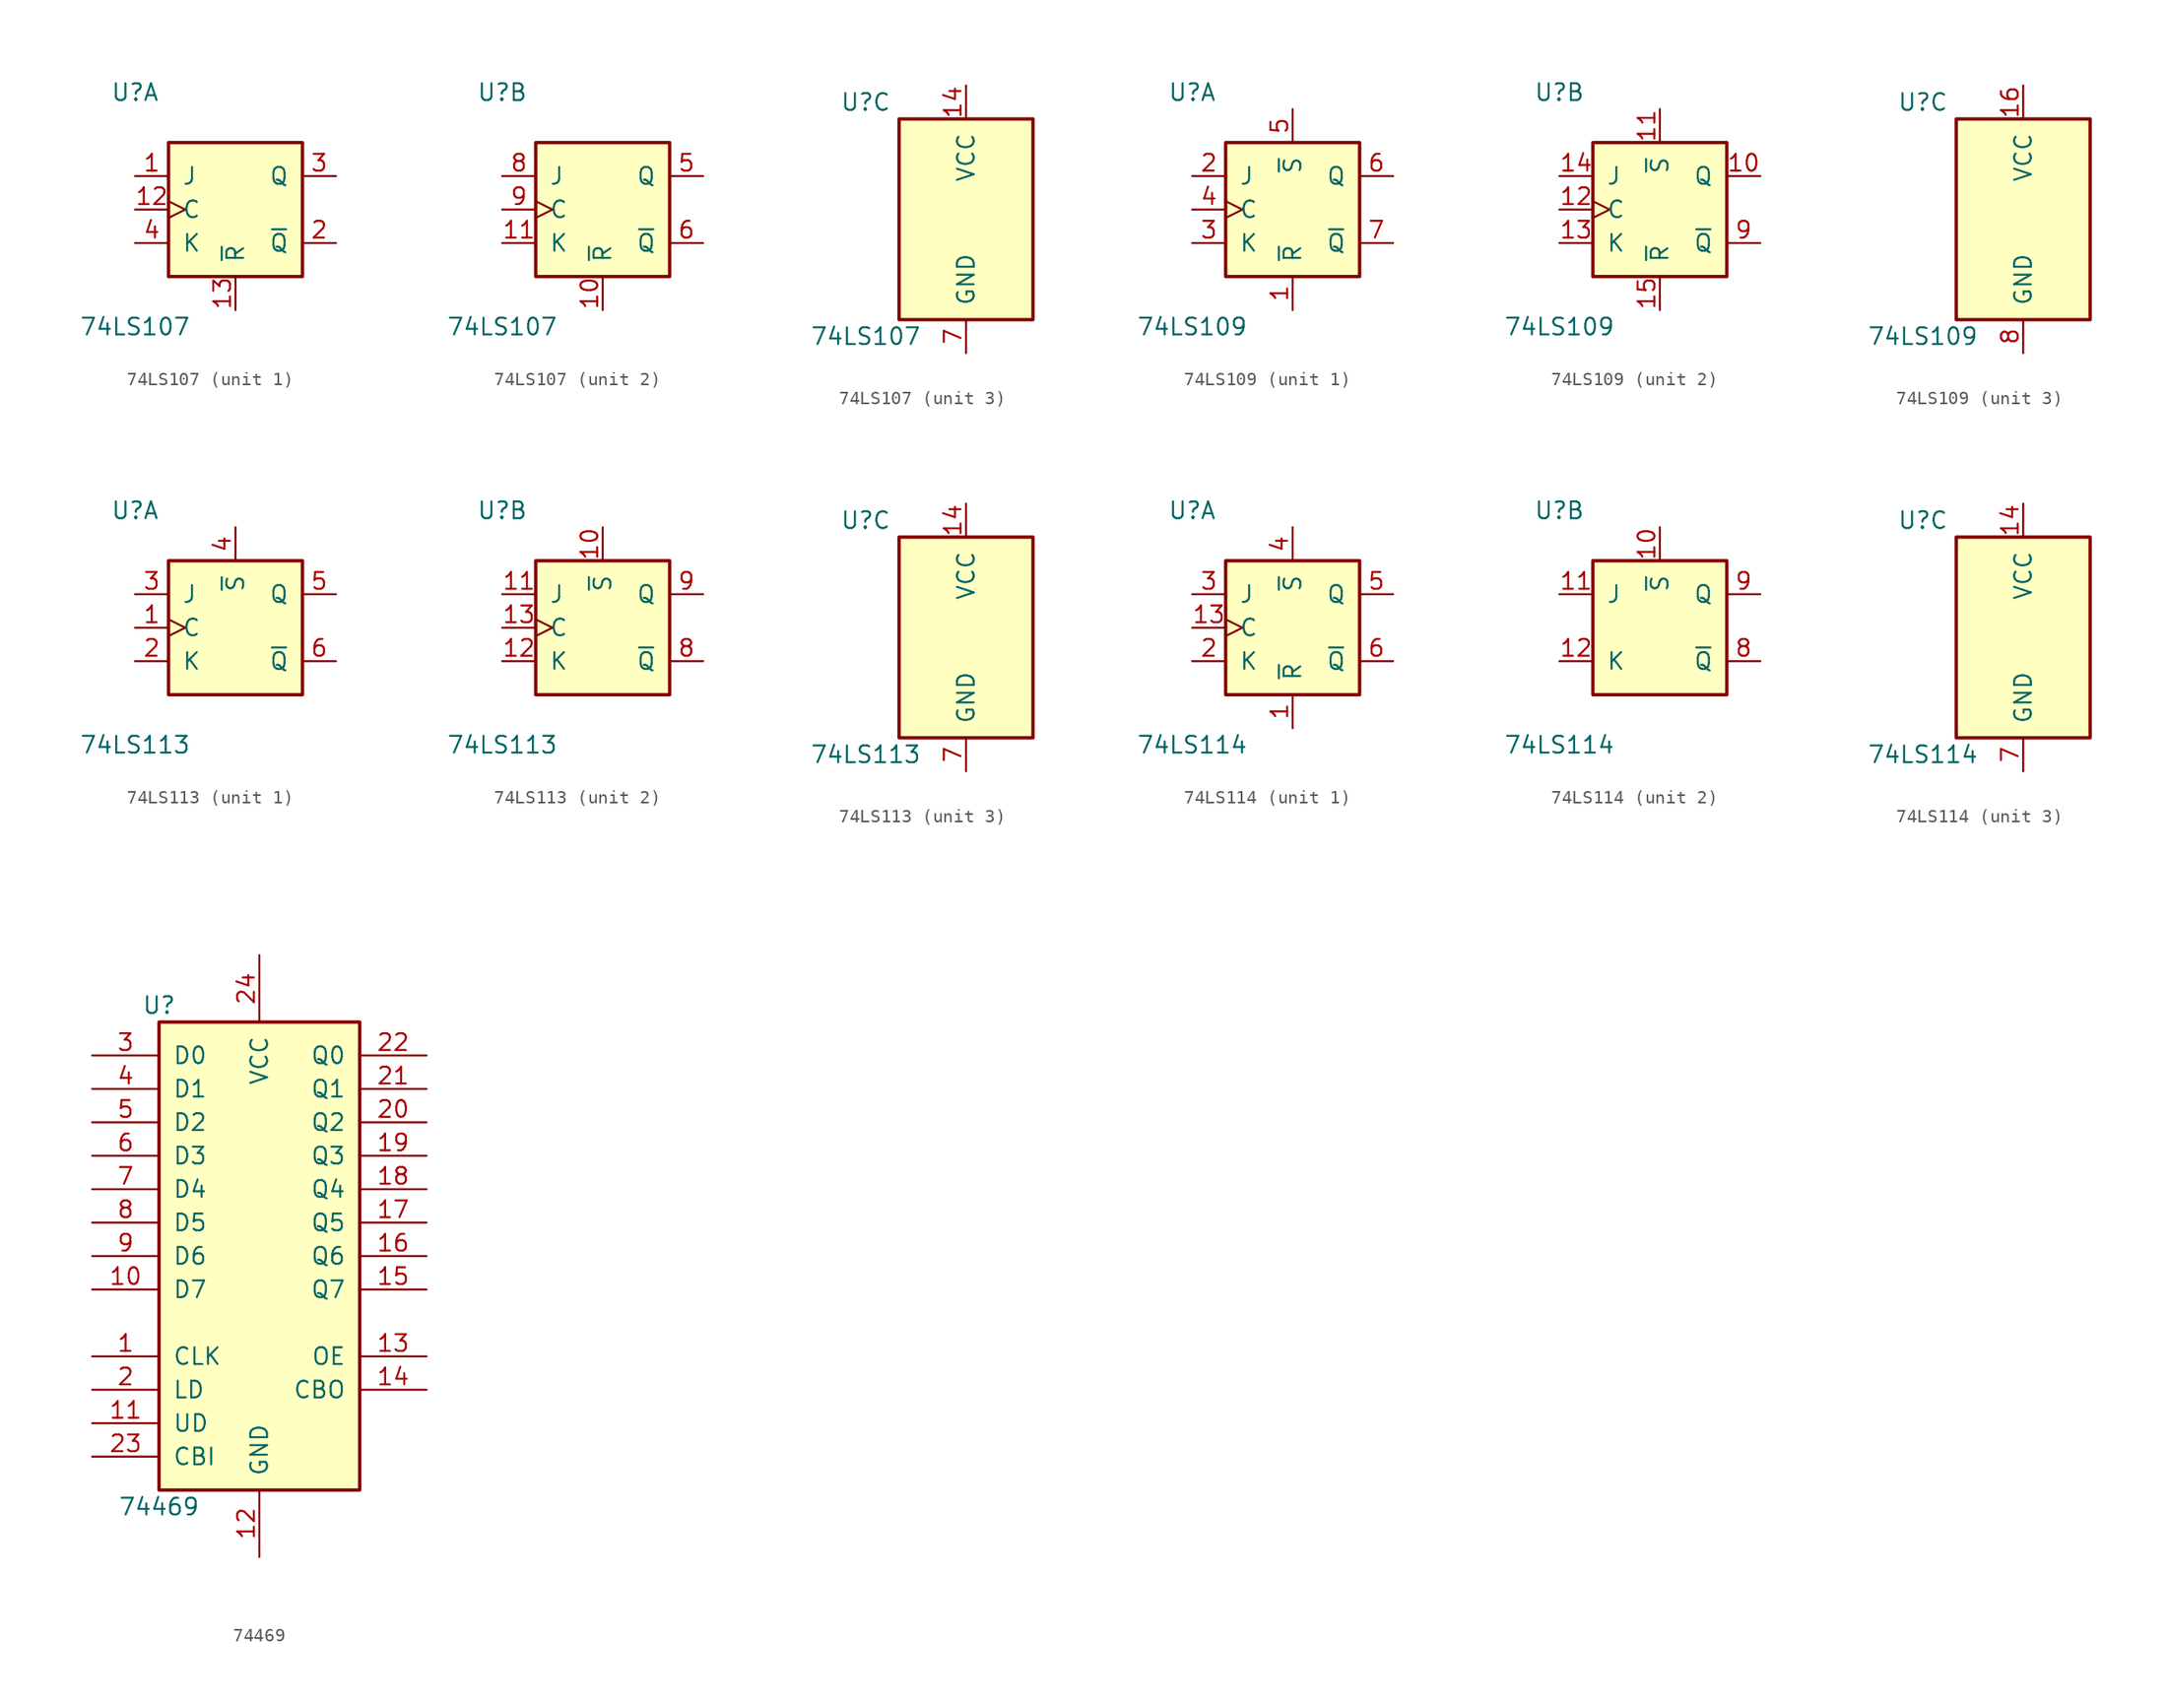
<source format=kicad_sym>
(kicad_symbol_lib
  (version 20201005)
  (generator kicad_symbol_editor)
  (symbol "74LS107"
    (pin_names
      (offset 1.016))
    (property "Reference" "U"
      (at -7.62 8.89 0)
      (effects (font (size 1.27 1.27))))
    (property "Value" "74LS107"
      (at -7.62 -8.89 0)
      (effects (font (size 1.27 1.27))))
    (property "ki_locked" ""
      (at 0 0 0)
      (effects (font (size 1.27 1.27))))
    (symbol "74LS107_1_0"
      (pin input line (at -7.62 2.54 0) (length 2.54) (name "J" (effects (font (size 1.27 1.27)))) (number "1" (effects (font (size 1.27 1.27)))))
      (pin input clock (at -7.62 0 0) (length 2.54) (name "C" (effects (font (size 1.27 1.27)))) (number "12" (effects (font (size 1.27 1.27)))))
      (pin input line (at 0 -7.62 90) (length 2.54) (name "~R" (effects (font (size 1.27 1.27)))) (number "13" (effects (font (size 1.27 1.27)))))
      (pin output line (at 7.62 -2.54 180) (length 2.54) (name "~Q" (effects (font (size 1.27 1.27)))) (number "2" (effects (font (size 1.27 1.27)))))
      (pin output line (at 7.62 2.54 180) (length 2.54) (name "Q" (effects (font (size 1.27 1.27)))) (number "3" (effects (font (size 1.27 1.27)))))
      (pin input line (at -7.62 -2.54 0) (length 2.54) (name "K" (effects (font (size 1.27 1.27)))) (number "4" (effects (font (size 1.27 1.27))))))
    (symbol "74LS107_1_1"
      (rectangle (start -5.08 5.08) (end 5.08 -5.08) (stroke (width 0.254)) (fill (type background))))
    (symbol "74LS107_2_0"
      (pin input line (at 0 -7.62 90) (length 2.54) (name "~R" (effects (font (size 1.27 1.27)))) (number "10" (effects (font (size 1.27 1.27)))))
      (pin input line (at -7.62 -2.54 0) (length 2.54) (name "K" (effects (font (size 1.27 1.27)))) (number "11" (effects (font (size 1.27 1.27)))))
      (pin output line (at 7.62 2.54 180) (length 2.54) (name "Q" (effects (font (size 1.27 1.27)))) (number "5" (effects (font (size 1.27 1.27)))))
      (pin output line (at 7.62 -2.54 180) (length 2.54) (name "~Q" (effects (font (size 1.27 1.27)))) (number "6" (effects (font (size 1.27 1.27)))))
      (pin input line (at -7.62 2.54 0) (length 2.54) (name "J" (effects (font (size 1.27 1.27)))) (number "8" (effects (font (size 1.27 1.27)))))
      (pin input clock (at -7.62 0 0) (length 2.54) (name "C" (effects (font (size 1.27 1.27)))) (number "9" (effects (font (size 1.27 1.27))))))
    (symbol "74LS107_2_1"
      (rectangle (start -5.08 5.08) (end 5.08 -5.08) (stroke (width 0.254)) (fill (type background))))
    (symbol "74LS107_3_0"
      (pin power_in line (at 0 10.16 270) (length 2.54) (name "VCC" (effects (font (size 1.27 1.27)))) (number "14" (effects (font (size 1.27 1.27)))))
      (pin power_in line (at 0 -10.16 90) (length 2.54) (name "GND" (effects (font (size 1.27 1.27)))) (number "7" (effects (font (size 1.27 1.27))))))
    (symbol "74LS107_3_1"
      (rectangle (start -5.08 7.62) (end 5.08 -7.62) (stroke (width 0.254)) (fill (type background)))))
  (symbol "74LS109"
    (pin_names
      (offset 1.016))
    (property "Reference" "U"
      (at -7.62 8.89 0)
      (effects (font (size 1.27 1.27))))
    (property "Value" "74LS109"
      (at -7.62 -8.89 0)
      (effects (font (size 1.27 1.27))))
    (property "ki_locked" ""
      (at 0 0 0)
      (effects (font (size 1.27 1.27))))
    (symbol "74LS109_1_0"
      (pin input line (at 0 -7.62 90) (length 2.54) (name "~R" (effects (font (size 1.27 1.27)))) (number "1" (effects (font (size 1.27 1.27)))))
      (pin input line (at -7.62 2.54 0) (length 2.54) (name "J" (effects (font (size 1.27 1.27)))) (number "2" (effects (font (size 1.27 1.27)))))
      (pin input line (at -7.62 -2.54 0) (length 2.54) (name "K" (effects (font (size 1.27 1.27)))) (number "3" (effects (font (size 1.27 1.27)))))
      (pin input clock (at -7.62 0 0) (length 2.54) (name "C" (effects (font (size 1.27 1.27)))) (number "4" (effects (font (size 1.27 1.27)))))
      (pin input line (at 0 7.62 270) (length 2.54) (name "~S" (effects (font (size 1.27 1.27)))) (number "5" (effects (font (size 1.27 1.27)))))
      (pin output line (at 7.62 2.54 180) (length 2.54) (name "Q" (effects (font (size 1.27 1.27)))) (number "6" (effects (font (size 1.27 1.27)))))
      (pin output line (at 7.62 -2.54 180) (length 2.54) (name "~Q" (effects (font (size 1.27 1.27)))) (number "7" (effects (font (size 1.27 1.27))))))
    (symbol "74LS109_1_1"
      (rectangle (start -5.08 5.08) (end 5.08 -5.08) (stroke (width 0.254)) (fill (type background))))
    (symbol "74LS109_2_0"
      (pin output line (at 7.62 2.54 180) (length 2.54) (name "Q" (effects (font (size 1.27 1.27)))) (number "10" (effects (font (size 1.27 1.27)))))
      (pin input line (at 0 7.62 270) (length 2.54) (name "~S" (effects (font (size 1.27 1.27)))) (number "11" (effects (font (size 1.27 1.27)))))
      (pin input clock (at -7.62 0 0) (length 2.54) (name "C" (effects (font (size 1.27 1.27)))) (number "12" (effects (font (size 1.27 1.27)))))
      (pin input line (at -7.62 -2.54 0) (length 2.54) (name "K" (effects (font (size 1.27 1.27)))) (number "13" (effects (font (size 1.27 1.27)))))
      (pin input line (at -7.62 2.54 0) (length 2.54) (name "J" (effects (font (size 1.27 1.27)))) (number "14" (effects (font (size 1.27 1.27)))))
      (pin input line (at 0 -7.62 90) (length 2.54) (name "~R" (effects (font (size 1.27 1.27)))) (number "15" (effects (font (size 1.27 1.27)))))
      (pin output line (at 7.62 -2.54 180) (length 2.54) (name "~Q" (effects (font (size 1.27 1.27)))) (number "9" (effects (font (size 1.27 1.27))))))
    (symbol "74LS109_2_1"
      (rectangle (start -5.08 5.08) (end 5.08 -5.08) (stroke (width 0.254)) (fill (type background))))
    (symbol "74LS109_3_0"
      (pin power_in line (at 0 10.16 270) (length 2.54) (name "VCC" (effects (font (size 1.27 1.27)))) (number "16" (effects (font (size 1.27 1.27)))))
      (pin power_in line (at 0 -10.16 90) (length 2.54) (name "GND" (effects (font (size 1.27 1.27)))) (number "8" (effects (font (size 1.27 1.27))))))
    (symbol "74LS109_3_1"
      (rectangle (start -5.08 7.62) (end 5.08 -7.62) (stroke (width 0.254)) (fill (type background)))))
  (symbol "74LS113"
    (pin_names
      (offset 1.016))
    (property "Reference" "U"
      (at -7.62 8.89 0)
      (effects (font (size 1.27 1.27))))
    (property "Value" "74LS113"
      (at -7.62 -8.89 0)
      (effects (font (size 1.27 1.27))))
    (property "ki_locked" ""
      (at 0 0 0)
      (effects (font (size 1.27 1.27))))
    (symbol "74LS113_1_0"
      (pin input clock (at -7.62 0 0) (length 2.54) (name "C" (effects (font (size 1.27 1.27)))) (number "1" (effects (font (size 1.27 1.27)))))
      (pin input line (at -7.62 -2.54 0) (length 2.54) (name "K" (effects (font (size 1.27 1.27)))) (number "2" (effects (font (size 1.27 1.27)))))
      (pin input line (at -7.62 2.54 0) (length 2.54) (name "J" (effects (font (size 1.27 1.27)))) (number "3" (effects (font (size 1.27 1.27)))))
      (pin input line (at 0 7.62 270) (length 2.54) (name "~S" (effects (font (size 1.27 1.27)))) (number "4" (effects (font (size 1.27 1.27)))))
      (pin output line (at 7.62 2.54 180) (length 2.54) (name "Q" (effects (font (size 1.27 1.27)))) (number "5" (effects (font (size 1.27 1.27)))))
      (pin output line (at 7.62 -2.54 180) (length 2.54) (name "~Q" (effects (font (size 1.27 1.27)))) (number "6" (effects (font (size 1.27 1.27))))))
    (symbol "74LS113_1_1"
      (rectangle (start -5.08 5.08) (end 5.08 -5.08) (stroke (width 0.254)) (fill (type background))))
    (symbol "74LS113_2_0"
      (pin input line (at 0 7.62 270) (length 2.54) (name "~S" (effects (font (size 1.27 1.27)))) (number "10" (effects (font (size 1.27 1.27)))))
      (pin input line (at -7.62 2.54 0) (length 2.54) (name "J" (effects (font (size 1.27 1.27)))) (number "11" (effects (font (size 1.27 1.27)))))
      (pin input line (at -7.62 -2.54 0) (length 2.54) (name "K" (effects (font (size 1.27 1.27)))) (number "12" (effects (font (size 1.27 1.27)))))
      (pin input clock (at -7.62 0 0) (length 2.54) (name "C" (effects (font (size 1.27 1.27)))) (number "13" (effects (font (size 1.27 1.27)))))
      (pin output line (at 7.62 -2.54 180) (length 2.54) (name "~Q" (effects (font (size 1.27 1.27)))) (number "8" (effects (font (size 1.27 1.27)))))
      (pin output line (at 7.62 2.54 180) (length 2.54) (name "Q" (effects (font (size 1.27 1.27)))) (number "9" (effects (font (size 1.27 1.27))))))
    (symbol "74LS113_2_1"
      (rectangle (start -5.08 5.08) (end 5.08 -5.08) (stroke (width 0.254)) (fill (type background))))
    (symbol "74LS113_3_0"
      (pin power_in line (at 0 10.16 270) (length 2.54) (name "VCC" (effects (font (size 1.27 1.27)))) (number "14" (effects (font (size 1.27 1.27)))))
      (pin power_in line (at 0 -10.16 90) (length 2.54) (name "GND" (effects (font (size 1.27 1.27)))) (number "7" (effects (font (size 1.27 1.27))))))
    (symbol "74LS113_3_1"
      (rectangle (start -5.08 7.62) (end 5.08 -7.62) (stroke (width 0.254)) (fill (type background)))))
  (symbol "74LS114"
    (pin_names
      (offset 1.016))
    (property "Reference" "U"
      (at -7.62 8.89 0)
      (effects (font (size 1.27 1.27))))
    (property "Value" "74LS114"
      (at -7.62 -8.89 0)
      (effects (font (size 1.27 1.27))))
    (property "ki_locked" ""
      (at 0 0 0)
      (effects (font (size 1.27 1.27))))
    (symbol "74LS114_1_0"
      (pin input line (at 0 -7.62 90) (length 2.54) (name "~R" (effects (font (size 1.27 1.27)))) (number "1" (effects (font (size 1.27 1.27)))))
      (pin input clock (at -7.62 0 0) (length 2.54) (name "C" (effects (font (size 1.27 1.27)))) (number "13" (effects (font (size 1.27 1.27)))))
      (pin input line (at -7.62 -2.54 0) (length 2.54) (name "K" (effects (font (size 1.27 1.27)))) (number "2" (effects (font (size 1.27 1.27)))))
      (pin input line (at -7.62 2.54 0) (length 2.54) (name "J" (effects (font (size 1.27 1.27)))) (number "3" (effects (font (size 1.27 1.27)))))
      (pin input line (at 0 7.62 270) (length 2.54) (name "~S" (effects (font (size 1.27 1.27)))) (number "4" (effects (font (size 1.27 1.27)))))
      (pin output line (at 7.62 2.54 180) (length 2.54) (name "Q" (effects (font (size 1.27 1.27)))) (number "5" (effects (font (size 1.27 1.27)))))
      (pin output line (at 7.62 -2.54 180) (length 2.54) (name "~Q" (effects (font (size 1.27 1.27)))) (number "6" (effects (font (size 1.27 1.27))))))
    (symbol "74LS114_1_1"
      (rectangle (start -5.08 5.08) (end 5.08 -5.08) (stroke (width 0.254)) (fill (type background))))
    (symbol "74LS114_2_0"
      (pin input line (at 0 7.62 270) (length 2.54) (name "~S" (effects (font (size 1.27 1.27)))) (number "10" (effects (font (size 1.27 1.27)))))
      (pin input line (at -7.62 2.54 0) (length 2.54) (name "J" (effects (font (size 1.27 1.27)))) (number "11" (effects (font (size 1.27 1.27)))))
      (pin input line (at -7.62 -2.54 0) (length 2.54) (name "K" (effects (font (size 1.27 1.27)))) (number "12" (effects (font (size 1.27 1.27)))))
      (pin output line (at 7.62 -2.54 180) (length 2.54) (name "~Q" (effects (font (size 1.27 1.27)))) (number "8" (effects (font (size 1.27 1.27)))))
      (pin output line (at 7.62 2.54 180) (length 2.54) (name "Q" (effects (font (size 1.27 1.27)))) (number "9" (effects (font (size 1.27 1.27))))))
    (symbol "74LS114_2_1"
      (rectangle (start -5.08 5.08) (end 5.08 -5.08) (stroke (width 0.254)) (fill (type background))))
    (symbol "74LS114_3_0"
      (pin power_in line (at 0 10.16 270) (length 2.54) (name "VCC" (effects (font (size 1.27 1.27)))) (number "14" (effects (font (size 1.27 1.27)))))
      (pin power_in line (at 0 -10.16 90) (length 2.54) (name "GND" (effects (font (size 1.27 1.27)))) (number "7" (effects (font (size 1.27 1.27))))))
    (symbol "74LS114_3_1"
      (rectangle (start -5.08 7.62) (end 5.08 -7.62) (stroke (width 0.254)) (fill (type background)))))
  (symbol "74469"
    (pin_names
      (offset 1.016))
    (property "Reference" "U"
      (at -7.62 19.05 0)
      (effects (font (size 1.27 1.27))))
    (property "Value" "74469"
      (at -7.62 -19.05 0)
      (effects (font (size 1.27 1.27))))
    (property "ki_locked" ""
      (at 0 0 0)
      (effects (font (size 1.27 1.27))))
    (symbol "74469_1_0"
      (pin input line (at -12.7 -7.62 0) (length 5.08) (name "CLK" (effects (font (size 1.27 1.27)))) (number "1" (effects (font (size 1.27 1.27)))))
      (pin input line (at -12.7 -2.54 0) (length 5.08) (name "D7" (effects (font (size 1.27 1.27)))) (number "10" (effects (font (size 1.27 1.27)))))
      (pin input line (at -12.7 -12.7 0) (length 5.08) (name "UD" (effects (font (size 1.27 1.27)))) (number "11" (effects (font (size 1.27 1.27)))))
      (pin power_in line (at 0 -22.86 90) (length 5.08) (name "GND" (effects (font (size 1.27 1.27)))) (number "12" (effects (font (size 1.27 1.27)))))
      (pin input line (at 12.7 -7.62 180) (length 5.08) (name "OE" (effects (font (size 1.27 1.27)))) (number "13" (effects (font (size 1.27 1.27)))))
      (pin output line (at 12.7 -10.16 180) (length 5.08) (name "CBO" (effects (font (size 1.27 1.27)))) (number "14" (effects (font (size 1.27 1.27)))))
      (pin tri_state line (at 12.7 -2.54 180) (length 5.08) (name "Q7" (effects (font (size 1.27 1.27)))) (number "15" (effects (font (size 1.27 1.27)))))
      (pin tri_state line (at 12.7 0 180) (length 5.08) (name "Q6" (effects (font (size 1.27 1.27)))) (number "16" (effects (font (size 1.27 1.27)))))
      (pin tri_state line (at 12.7 2.54 180) (length 5.08) (name "Q5" (effects (font (size 1.27 1.27)))) (number "17" (effects (font (size 1.27 1.27)))))
      (pin tri_state line (at 12.7 5.08 180) (length 5.08) (name "Q4" (effects (font (size 1.27 1.27)))) (number "18" (effects (font (size 1.27 1.27)))))
      (pin tri_state line (at 12.7 7.62 180) (length 5.08) (name "Q3" (effects (font (size 1.27 1.27)))) (number "19" (effects (font (size 1.27 1.27)))))
      (pin input line (at -12.7 -10.16 0) (length 5.08) (name "LD" (effects (font (size 1.27 1.27)))) (number "2" (effects (font (size 1.27 1.27)))))
      (pin tri_state line (at 12.7 10.16 180) (length 5.08) (name "Q2" (effects (font (size 1.27 1.27)))) (number "20" (effects (font (size 1.27 1.27)))))
      (pin tri_state line (at 12.7 12.7 180) (length 5.08) (name "Q1" (effects (font (size 1.27 1.27)))) (number "21" (effects (font (size 1.27 1.27)))))
      (pin tri_state line (at 12.7 15.24 180) (length 5.08) (name "Q0" (effects (font (size 1.27 1.27)))) (number "22" (effects (font (size 1.27 1.27)))))
      (pin input line (at -12.7 -15.24 0) (length 5.08) (name "CBI" (effects (font (size 1.27 1.27)))) (number "23" (effects (font (size 1.27 1.27)))))
      (pin power_in line (at 0 22.86 270) (length 5.08) (name "VCC" (effects (font (size 1.27 1.27)))) (number "24" (effects (font (size 1.27 1.27)))))
      (pin input line (at -12.7 15.24 0) (length 5.08) (name "D0" (effects (font (size 1.27 1.27)))) (number "3" (effects (font (size 1.27 1.27)))))
      (pin input line (at -12.7 12.7 0) (length 5.08) (name "D1" (effects (font (size 1.27 1.27)))) (number "4" (effects (font (size 1.27 1.27)))))
      (pin input line (at -12.7 10.16 0) (length 5.08) (name "D2" (effects (font (size 1.27 1.27)))) (number "5" (effects (font (size 1.27 1.27)))))
      (pin input line (at -12.7 7.62 0) (length 5.08) (name "D3" (effects (font (size 1.27 1.27)))) (number "6" (effects (font (size 1.27 1.27)))))
      (pin input line (at -12.7 5.08 0) (length 5.08) (name "D4" (effects (font (size 1.27 1.27)))) (number "7" (effects (font (size 1.27 1.27)))))
      (pin input line (at -12.7 2.54 0) (length 5.08) (name "D5" (effects (font (size 1.27 1.27)))) (number "8" (effects (font (size 1.27 1.27)))))
      (pin input line (at -12.7 0 0) (length 5.08) (name "D6" (effects (font (size 1.27 1.27)))) (number "9" (effects (font (size 1.27 1.27))))))
    (symbol "74469_1_1"
      (rectangle (start -7.62 17.78) (end 7.62 -17.78) (stroke (width 0.254)) (fill (type background))))))
</source>
